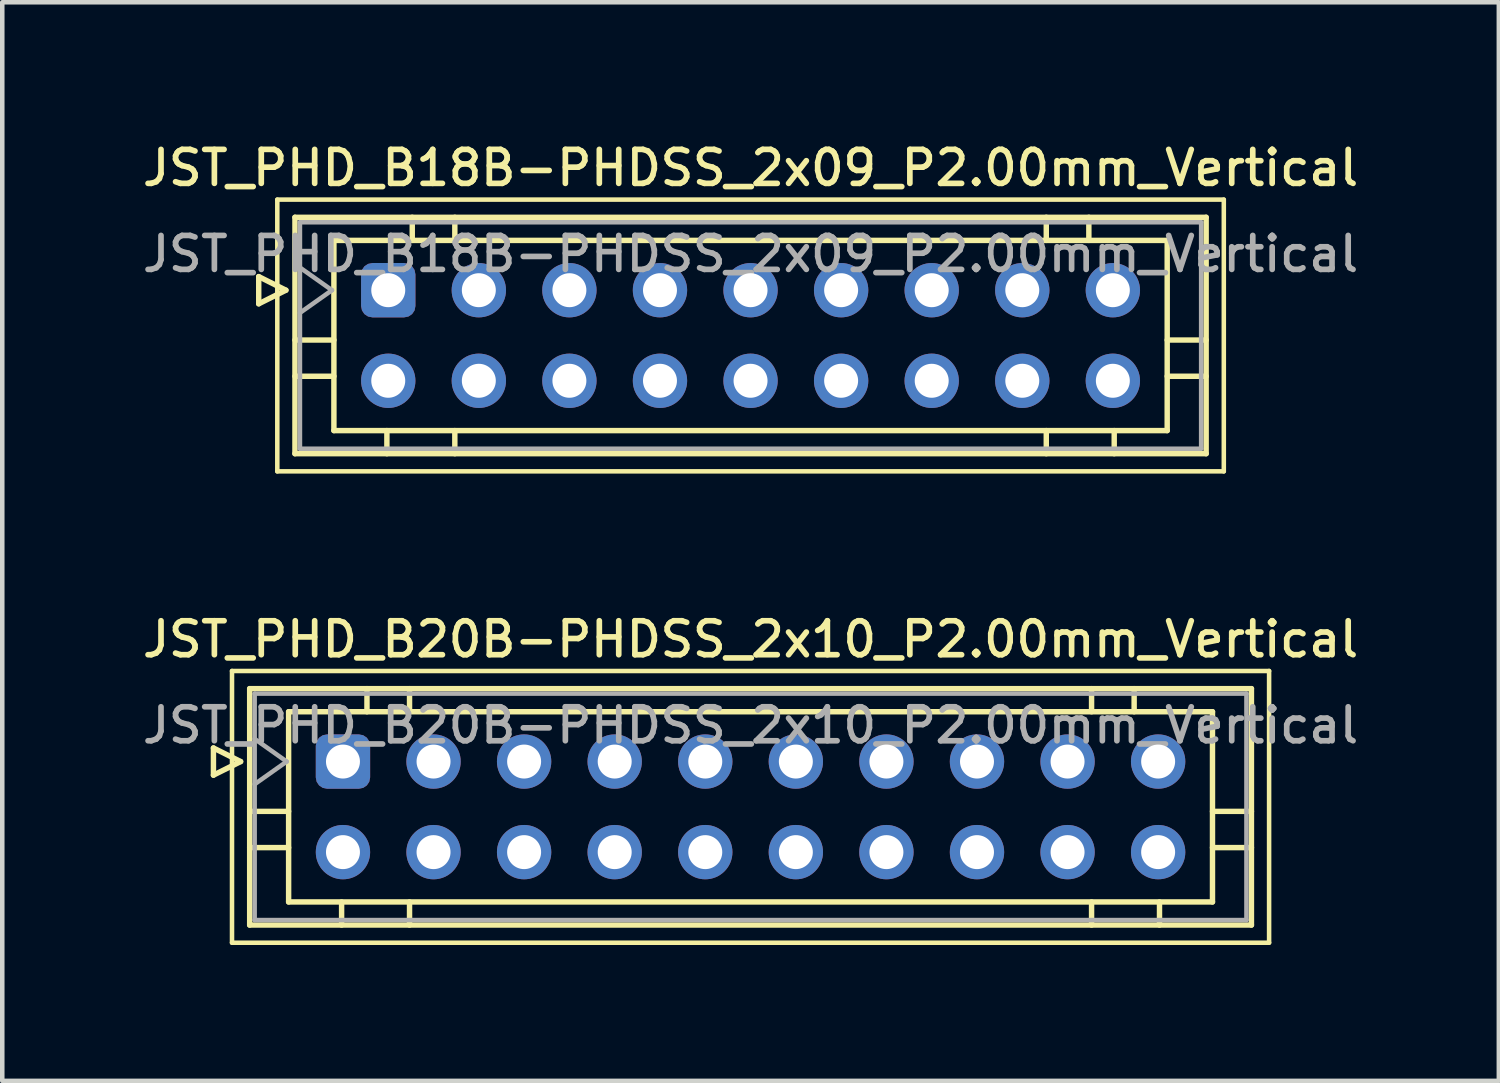
<source format=kicad_pcb>
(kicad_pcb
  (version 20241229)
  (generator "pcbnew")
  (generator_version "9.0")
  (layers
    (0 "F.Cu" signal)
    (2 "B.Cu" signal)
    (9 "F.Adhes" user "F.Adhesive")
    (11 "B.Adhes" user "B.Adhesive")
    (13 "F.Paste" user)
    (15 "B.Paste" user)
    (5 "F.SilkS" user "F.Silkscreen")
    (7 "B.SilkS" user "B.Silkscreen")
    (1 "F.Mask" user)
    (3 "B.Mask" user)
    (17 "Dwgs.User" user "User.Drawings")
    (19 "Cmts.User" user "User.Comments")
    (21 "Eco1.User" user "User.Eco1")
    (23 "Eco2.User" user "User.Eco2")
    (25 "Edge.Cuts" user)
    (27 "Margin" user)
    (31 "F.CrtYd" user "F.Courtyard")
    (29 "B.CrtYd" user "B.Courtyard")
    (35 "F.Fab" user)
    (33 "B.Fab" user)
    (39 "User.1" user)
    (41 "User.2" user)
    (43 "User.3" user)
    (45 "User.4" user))
  (footprint "JST_PHD_B18B-PHDSS_2x09_P2.00mm_Vertical"
    (layer "F.Cu")
    (at 5.523 3.358)
    (property "Reference" "JST_PHD_B18B-PHDSS_2x09_P2.00mm_Vertical" (at 8 -2.7 0) (layer "F.SilkS") (effects (font (size 0.75 0.75) (thickness 0.125))))
    (attr through_hole)
    (fp_line (start -2.86 -0.3) (end -2.26 0) (stroke (width 0.12) (type solid)) (layer "F.SilkS"))
    (fp_line (start -2.86 0.3) (end -2.86 -0.3) (stroke (width 0.12) (type solid)) (layer "F.SilkS"))
    (fp_line (start -2.45 -2) (end -2.45 4) (stroke (width 0.1) (type solid)) (layer "F.SilkS"))
    (fp_line (start -2.45 4) (end 18.45 4) (stroke (width 0.1) (type solid)) (layer "F.SilkS"))
    (fp_line (start -2.26 0) (end -2.86 0.3) (stroke (width 0.12) (type solid)) (layer "F.SilkS"))
    (fp_line (start -2.06 -1.61) (end -2.06 3.61) (stroke (width 0.12) (type solid)) (layer "F.SilkS"))
    (fp_line (start -2.06 1.1) (end -1.2 1.1) (stroke (width 0.12) (type solid)) (layer "F.SilkS"))
    (fp_line (start -2.06 1.9) (end -1.2 1.9) (stroke (width 0.12) (type solid)) (layer "F.SilkS"))
    (fp_line (start -2.06 3.61) (end 18.06 3.61) (stroke (width 0.12) (type solid)) (layer "F.SilkS"))
    (fp_line (start -1.2 -1.1) (end -1.2 3.1) (stroke (width 0.12) (type solid)) (layer "F.SilkS"))
    (fp_line (start -1.2 3.1) (end 17.2 3.1) (stroke (width 0.12) (type solid)) (layer "F.SilkS"))
    (fp_line (start -0.03 3.61) (end -0.03 3.1) (stroke (width 0.12) (type solid)) (layer "F.SilkS"))
    (fp_line (start 0.53 -1.61) (end 0.53 -1.1) (stroke (width 0.12) (type solid)) (layer "F.SilkS"))
    (fp_line (start 1.47 -1.61) (end 1.47 -1.1) (stroke (width 0.12) (type solid)) (layer "F.SilkS"))
    (fp_line (start 1.47 3.61) (end 1.47 3.1) (stroke (width 0.12) (type solid)) (layer "F.SilkS"))
    (fp_line (start 14.53 -1.61) (end 14.53 -1.1) (stroke (width 0.12) (type solid)) (layer "F.SilkS"))
    (fp_line (start 14.53 3.61) (end 14.53 3.1) (stroke (width 0.12) (type solid)) (layer "F.SilkS"))
    (fp_line (start 15.47 -1.61) (end 15.47 -1.1) (stroke (width 0.12) (type solid)) (layer "F.SilkS"))
    (fp_line (start 16.03 3.61) (end 16.03 3.1) (stroke (width 0.12) (type solid)) (layer "F.SilkS"))
    (fp_line (start 17.2 -1.1) (end -1.2 -1.1) (stroke (width 0.12) (type solid)) (layer "F.SilkS"))
    (fp_line (start 17.2 3.1) (end 17.2 -1.1) (stroke (width 0.12) (type solid)) (layer "F.SilkS"))
    (fp_line (start 18.06 -1.61) (end -2.06 -1.61) (stroke (width 0.12) (type solid)) (layer "F.SilkS"))
    (fp_line (start 18.06 1.1) (end 17.2 1.1) (stroke (width 0.12) (type solid)) (layer "F.SilkS"))
    (fp_line (start 18.06 1.9) (end 17.2 1.9) (stroke (width 0.12) (type solid)) (layer "F.SilkS"))
    (fp_line (start 18.06 3.61) (end 18.06 -1.61) (stroke (width 0.12) (type solid)) (layer "F.SilkS"))
    (fp_line (start 18.45 -2) (end -2.45 -2) (stroke (width 0.1) (type solid)) (layer "F.SilkS"))
    (fp_line (start 18.45 4) (end 18.45 -2) (stroke (width 0.1) (type solid)) (layer "F.SilkS"))
    (fp_line (start -1.95 -1.5) (end -1.95 3.5) (stroke (width 0.1) (type solid)) (layer "F.Fab"))
    (fp_line (start -1.95 0.5) (end -1.243 0) (stroke (width 0.1) (type solid)) (layer "F.Fab"))
    (fp_line (start -1.95 3.5) (end 17.95 3.5) (stroke (width 0.1) (type solid)) (layer "F.Fab"))
    (fp_line (start -1.243 0) (end -1.95 -0.5) (stroke (width 0.1) (type solid)) (layer "F.Fab"))
    (fp_line (start 17.95 -1.5) (end -1.95 -1.5) (stroke (width 0.1) (type solid)) (layer "F.Fab"))
    (fp_line (start 17.95 3.5) (end 17.95 -1.5) (stroke (width 0.1) (type solid)) (layer "F.Fab"))
    (fp_text user "${REFERENCE}" (at 8 -0.8 0) (layer "F.Fab") (effects (font (size 0.75 0.75) (thickness 0.125))))
    (pad "1" thru_hole roundrect (at 0 0) (size 1.2 1.2) (drill 0.75) (layers "*.Cu" "*.Mask") (roundrect_rratio 0.208))
    (pad "2" thru_hole circle (at 0 2) (size 1.2 1.2) (drill 0.75) (layers "*.Cu" "*.Mask"))
    (pad "3" thru_hole circle (at 2 0) (size 1.2 1.2) (drill 0.75) (layers "*.Cu" "*.Mask"))
    (pad "4" thru_hole circle (at 2 2) (size 1.2 1.2) (drill 0.75) (layers "*.Cu" "*.Mask"))
    (pad "5" thru_hole circle (at 4 0) (size 1.2 1.2) (drill 0.75) (layers "*.Cu" "*.Mask"))
    (pad "6" thru_hole circle (at 4 2) (size 1.2 1.2) (drill 0.75) (layers "*.Cu" "*.Mask"))
    (pad "7" thru_hole circle (at 6 0) (size 1.2 1.2) (drill 0.75) (layers "*.Cu" "*.Mask"))
    (pad "8" thru_hole circle (at 6 2) (size 1.2 1.2) (drill 0.75) (layers "*.Cu" "*.Mask"))
    (pad "9" thru_hole circle (at 8 0) (size 1.2 1.2) (drill 0.75) (layers "*.Cu" "*.Mask"))
    (pad "10" thru_hole circle (at 8 2) (size 1.2 1.2) (drill 0.75) (layers "*.Cu" "*.Mask"))
    (pad "11" thru_hole circle (at 10 0) (size 1.2 1.2) (drill 0.75) (layers "*.Cu" "*.Mask"))
    (pad "12" thru_hole circle (at 10 2) (size 1.2 1.2) (drill 0.75) (layers "*.Cu" "*.Mask"))
    (pad "13" thru_hole circle (at 12 0) (size 1.2 1.2) (drill 0.75) (layers "*.Cu" "*.Mask"))
    (pad "14" thru_hole circle (at 12 2) (size 1.2 1.2) (drill 0.75) (layers "*.Cu" "*.Mask"))
    (pad "15" thru_hole circle (at 14 0) (size 1.2 1.2) (drill 0.75) (layers "*.Cu" "*.Mask"))
    (pad "16" thru_hole circle (at 14 2) (size 1.2 1.2) (drill 0.75) (layers "*.Cu" "*.Mask"))
    (pad "17" thru_hole circle (at 16 0) (size 1.2 1.2) (drill 0.75) (layers "*.Cu" "*.Mask"))
    (pad "18" thru_hole circle (at 16 2) (size 1.2 1.2) (drill 0.75) (layers "*.Cu" "*.Mask")))
  (footprint "JST_PHD_B20B-PHDSS_2x10_P2.00mm_Vertical"
    (layer "F.Cu")
    (at 4.523 13.766)
    (property "Reference" "JST_PHD_B20B-PHDSS_2x10_P2.00mm_Vertical" (at 9 -2.7 0) (layer "F.SilkS") (effects (font (size 0.75 0.75) (thickness 0.125))))
    (attr through_hole)
    (fp_line (start -2.86 -0.3) (end -2.26 0) (stroke (width 0.12) (type solid)) (layer "F.SilkS"))
    (fp_line (start -2.86 0.3) (end -2.86 -0.3) (stroke (width 0.12) (type solid)) (layer "F.SilkS"))
    (fp_line (start -2.45 -2) (end -2.45 4) (stroke (width 0.1) (type solid)) (layer "F.SilkS"))
    (fp_line (start -2.45 4) (end 20.45 4) (stroke (width 0.1) (type solid)) (layer "F.SilkS"))
    (fp_line (start -2.26 0) (end -2.86 0.3) (stroke (width 0.12) (type solid)) (layer "F.SilkS"))
    (fp_line (start -2.06 -1.61) (end -2.06 3.61) (stroke (width 0.12) (type solid)) (layer "F.SilkS"))
    (fp_line (start -2.06 1.1) (end -1.2 1.1) (stroke (width 0.12) (type solid)) (layer "F.SilkS"))
    (fp_line (start -2.06 1.9) (end -1.2 1.9) (stroke (width 0.12) (type solid)) (layer "F.SilkS"))
    (fp_line (start -2.06 3.61) (end 20.06 3.61) (stroke (width 0.12) (type solid)) (layer "F.SilkS"))
    (fp_line (start -1.2 -1.1) (end -1.2 3.1) (stroke (width 0.12) (type solid)) (layer "F.SilkS"))
    (fp_line (start -1.2 3.1) (end 19.2 3.1) (stroke (width 0.12) (type solid)) (layer "F.SilkS"))
    (fp_line (start -0.03 3.61) (end -0.03 3.1) (stroke (width 0.12) (type solid)) (layer "F.SilkS"))
    (fp_line (start 0.53 -1.61) (end 0.53 -1.1) (stroke (width 0.12) (type solid)) (layer "F.SilkS"))
    (fp_line (start 1.47 -1.61) (end 1.47 -1.1) (stroke (width 0.12) (type solid)) (layer "F.SilkS"))
    (fp_line (start 1.47 3.61) (end 1.47 3.1) (stroke (width 0.12) (type solid)) (layer "F.SilkS"))
    (fp_line (start 16.53 -1.61) (end 16.53 -1.1) (stroke (width 0.12) (type solid)) (layer "F.SilkS"))
    (fp_line (start 16.53 3.61) (end 16.53 3.1) (stroke (width 0.12) (type solid)) (layer "F.SilkS"))
    (fp_line (start 17.47 -1.61) (end 17.47 -1.1) (stroke (width 0.12) (type solid)) (layer "F.SilkS"))
    (fp_line (start 18.03 3.61) (end 18.03 3.1) (stroke (width 0.12) (type solid)) (layer "F.SilkS"))
    (fp_line (start 19.2 -1.1) (end -1.2 -1.1) (stroke (width 0.12) (type solid)) (layer "F.SilkS"))
    (fp_line (start 19.2 3.1) (end 19.2 -1.1) (stroke (width 0.12) (type solid)) (layer "F.SilkS"))
    (fp_line (start 20.06 -1.61) (end -2.06 -1.61) (stroke (width 0.12) (type solid)) (layer "F.SilkS"))
    (fp_line (start 20.06 1.1) (end 19.2 1.1) (stroke (width 0.12) (type solid)) (layer "F.SilkS"))
    (fp_line (start 20.06 1.9) (end 19.2 1.9) (stroke (width 0.12) (type solid)) (layer "F.SilkS"))
    (fp_line (start 20.06 3.61) (end 20.06 -1.61) (stroke (width 0.12) (type solid)) (layer "F.SilkS"))
    (fp_line (start 20.45 -2) (end -2.45 -2) (stroke (width 0.1) (type solid)) (layer "F.SilkS"))
    (fp_line (start 20.45 4) (end 20.45 -2) (stroke (width 0.1) (type solid)) (layer "F.SilkS"))
    (fp_line (start -1.95 -1.5) (end -1.95 3.5) (stroke (width 0.1) (type solid)) (layer "F.Fab"))
    (fp_line (start -1.95 0.5) (end -1.243 0) (stroke (width 0.1) (type solid)) (layer "F.Fab"))
    (fp_line (start -1.95 3.5) (end 19.95 3.5) (stroke (width 0.1) (type solid)) (layer "F.Fab"))
    (fp_line (start -1.243 0) (end -1.95 -0.5) (stroke (width 0.1) (type solid)) (layer "F.Fab"))
    (fp_line (start 19.95 -1.5) (end -1.95 -1.5) (stroke (width 0.1) (type solid)) (layer "F.Fab"))
    (fp_line (start 19.95 3.5) (end 19.95 -1.5) (stroke (width 0.1) (type solid)) (layer "F.Fab"))
    (fp_text user "${REFERENCE}" (at 9 -0.8 0) (layer "F.Fab") (effects (font (size 0.75 0.75) (thickness 0.125))))
    (pad "1" thru_hole roundrect (at 0 0) (size 1.2 1.2) (drill 0.75) (layers "*.Cu" "*.Mask") (roundrect_rratio 0.208))
    (pad "2" thru_hole circle (at 0 2) (size 1.2 1.2) (drill 0.75) (layers "*.Cu" "*.Mask"))
    (pad "3" thru_hole circle (at 2 0) (size 1.2 1.2) (drill 0.75) (layers "*.Cu" "*.Mask"))
    (pad "4" thru_hole circle (at 2 2) (size 1.2 1.2) (drill 0.75) (layers "*.Cu" "*.Mask"))
    (pad "5" thru_hole circle (at 4 0) (size 1.2 1.2) (drill 0.75) (layers "*.Cu" "*.Mask"))
    (pad "6" thru_hole circle (at 4 2) (size 1.2 1.2) (drill 0.75) (layers "*.Cu" "*.Mask"))
    (pad "7" thru_hole circle (at 6 0) (size 1.2 1.2) (drill 0.75) (layers "*.Cu" "*.Mask"))
    (pad "8" thru_hole circle (at 6 2) (size 1.2 1.2) (drill 0.75) (layers "*.Cu" "*.Mask"))
    (pad "9" thru_hole circle (at 8 0) (size 1.2 1.2) (drill 0.75) (layers "*.Cu" "*.Mask"))
    (pad "10" thru_hole circle (at 8 2) (size 1.2 1.2) (drill 0.75) (layers "*.Cu" "*.Mask"))
    (pad "11" thru_hole circle (at 10 0) (size 1.2 1.2) (drill 0.75) (layers "*.Cu" "*.Mask"))
    (pad "12" thru_hole circle (at 10 2) (size 1.2 1.2) (drill 0.75) (layers "*.Cu" "*.Mask"))
    (pad "13" thru_hole circle (at 12 0) (size 1.2 1.2) (drill 0.75) (layers "*.Cu" "*.Mask"))
    (pad "14" thru_hole circle (at 12 2) (size 1.2 1.2) (drill 0.75) (layers "*.Cu" "*.Mask"))
    (pad "15" thru_hole circle (at 14 0) (size 1.2 1.2) (drill 0.75) (layers "*.Cu" "*.Mask"))
    (pad "16" thru_hole circle (at 14 2) (size 1.2 1.2) (drill 0.75) (layers "*.Cu" "*.Mask"))
    (pad "17" thru_hole circle (at 16 0) (size 1.2 1.2) (drill 0.75) (layers "*.Cu" "*.Mask"))
    (pad "18" thru_hole circle (at 16 2) (size 1.2 1.2) (drill 0.75) (layers "*.Cu" "*.Mask"))
    (pad "19" thru_hole circle (at 18 0) (size 1.2 1.2) (drill 0.75) (layers "*.Cu" "*.Mask"))
    (pad "20" thru_hole circle (at 18 2) (size 1.2 1.2) (drill 0.75) (layers "*.Cu" "*.Mask")))
  (gr_rect
    (start -3 -3)
    (end 30.046 20.816)
    (stroke (width 0.1) (type default))
    (fill no)
    (layer "Edge.Cuts")))
</source>
